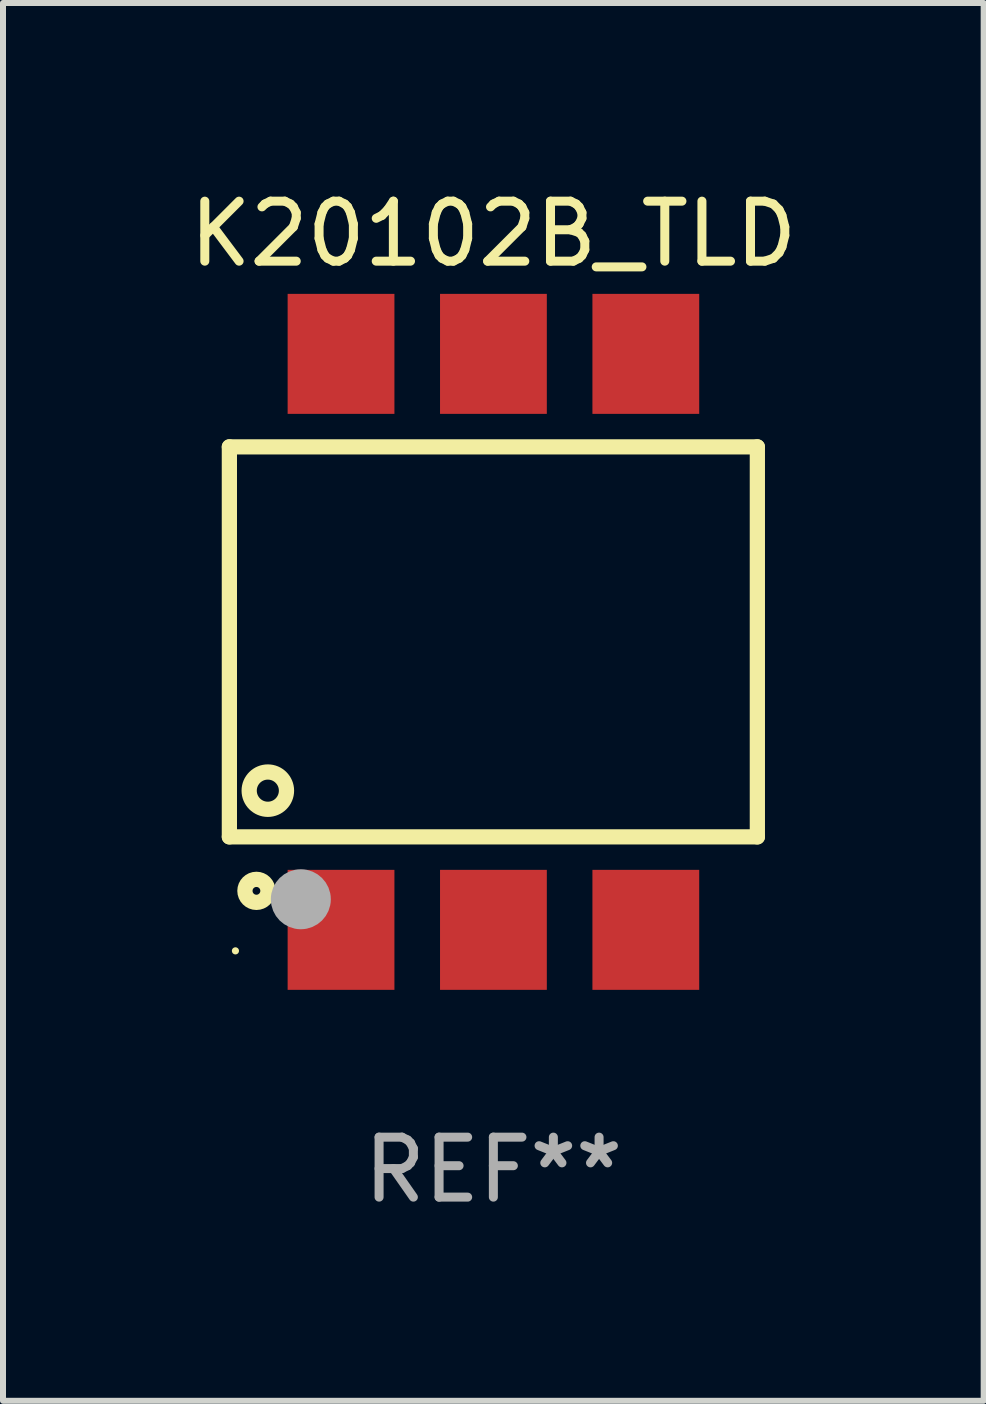
<source format=kicad_pcb>
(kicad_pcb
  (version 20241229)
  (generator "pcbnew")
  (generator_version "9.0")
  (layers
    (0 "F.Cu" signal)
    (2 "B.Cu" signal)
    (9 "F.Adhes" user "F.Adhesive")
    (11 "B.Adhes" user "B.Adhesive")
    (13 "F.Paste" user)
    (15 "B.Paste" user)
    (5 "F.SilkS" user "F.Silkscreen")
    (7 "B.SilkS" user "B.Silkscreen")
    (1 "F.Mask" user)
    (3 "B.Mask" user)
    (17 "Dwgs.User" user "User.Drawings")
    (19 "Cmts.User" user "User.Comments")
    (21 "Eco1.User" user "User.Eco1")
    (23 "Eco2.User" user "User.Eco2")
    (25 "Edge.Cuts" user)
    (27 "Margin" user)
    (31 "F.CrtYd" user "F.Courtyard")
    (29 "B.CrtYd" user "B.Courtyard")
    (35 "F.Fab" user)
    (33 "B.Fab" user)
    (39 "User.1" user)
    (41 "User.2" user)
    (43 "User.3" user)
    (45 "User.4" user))
  (footprint "K20102B_TLD"
    (layer "F.Cu")
    (at 5.173 7.648)
    (property "Reference" "K20102B_TLD" (at 0 -6.8 0) (layer "F.SilkS") (effects (font (size 1 1) (thickness 0.15))))
    (attr through_hole)
    (fp_line (start -4.4 -3.25) (end -4.4 3.25) (stroke (width 0.254) (type solid)) (layer "F.SilkS"))
    (fp_line (start -4.4 -3.25) (end 4.4 -3.25) (stroke (width 0.254) (type solid)) (layer "F.SilkS"))
    (fp_line (start 4.4 3.25) (end -4.4 3.25) (stroke (width 0.254) (type solid)) (layer "F.SilkS"))
    (fp_line (start 4.4 3.25) (end 4.4 -3.25) (stroke (width 0.254) (type solid)) (layer "F.SilkS"))
    (fp_circle (center -4.299 5.15) (end -4.269 5.15) (stroke (width 0.06) (type solid)) (fill no) (layer "F.SilkS"))
    (fp_circle (center -3.949 4.15) (end -3.757 4.15) (stroke (width 0.254) (type solid)) (fill no) (layer "F.SilkS"))
    (fp_circle (center -3.759 2.48) (end -3.448 2.48) (stroke (width 0.254) (type solid)) (fill no) (layer "F.SilkS"))
    (fp_circle (center -3.209 4.29) (end -2.959 4.29) (stroke (width 0.5) (type solid)) (fill no) (layer "F.Fab"))
    (fp_text user "REF**" (at 0 8.8 0) (layer "F.Fab") (effects (font (size 1 1) (thickness 0.15))))
    (pad "1" smd rect (at -2.539 4.8) (size 1.78 2) (layers "F.Cu" "F.Mask" "F.Paste"))
    (pad "2" smd rect (at 0.001 4.8) (size 1.78 2) (layers "F.Cu" "F.Mask" "F.Paste"))
    (pad "3" smd rect (at 2.541 4.8) (size 1.78 2) (layers "F.Cu" "F.Mask" "F.Paste"))
    (pad "4" smd rect (at 2.541 -4.8) (size 1.78 2) (layers "F.Cu" "F.Mask" "F.Paste"))
    (pad "5" smd rect (at 0.001 -4.8) (size 1.78 2) (layers "F.Cu" "F.Mask" "F.Paste"))
    (pad "6" smd rect (at -2.539 -4.8) (size 1.78 2) (layers "F.Cu" "F.Mask" "F.Paste")))
  (gr_rect
    (start -3 -3)
    (end 13.345 20.297)
    (stroke (width 0.1) (type default))
    (fill no)
    (layer "Edge.Cuts")))
</source>
